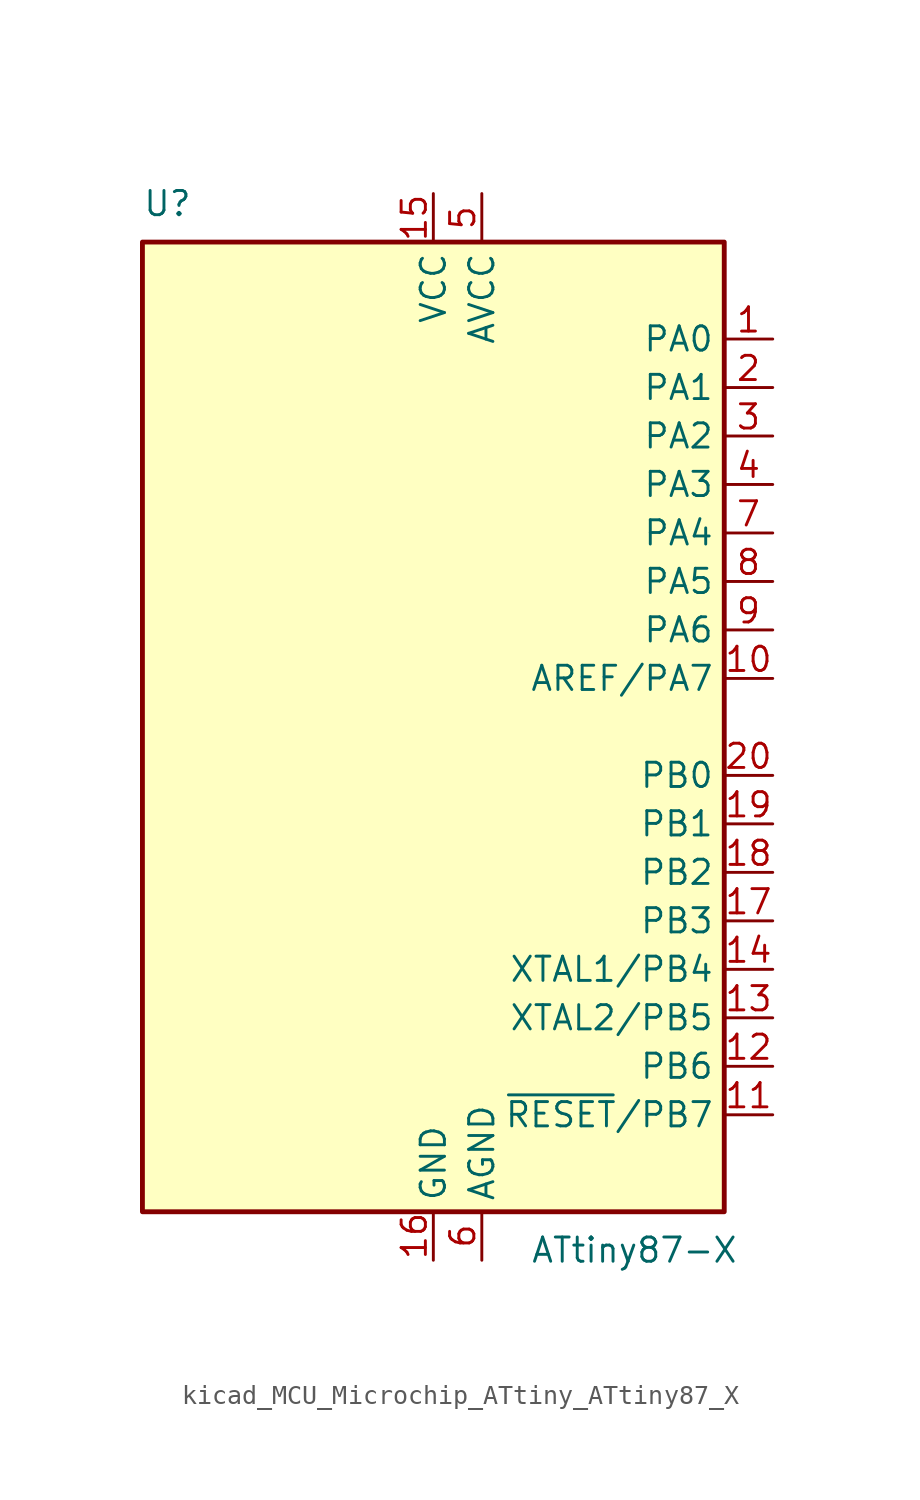
<source format=kicad_sym>
(kicad_symbol_lib
  (version 20220914)
  (generator kicad_symbol_editor)
  (symbol "kicad_MCU_Microchip_ATtiny_ATtiny87_X"
    (property "Reference" "U"
      (at -15.24 26.67 0)
      (effects (font (size 1.27 1.27)) (justify left bottom)))
    (property "Value" "ATtiny87-X"
      (at 5.08 -26.67 0)
      (effects (font (size 1.27 1.27)) (justify left top)))
    (symbol "kicad_MCU_Microchip_ATtiny_ATtiny87_X_0_1"
      (rectangle (start -15.24 -25.4) (end 15.24 25.4) (stroke (width 0.254) (type default)) (fill (type background))))
    (symbol "kicad_MCU_Microchip_ATtiny_ATtiny87_X_1_1"
      (pin bidirectional line (at 17.78 20.32 180) (length 2.54) (name "PA0" (effects (font (size 1.27 1.27)))) (number "1" (effects (font (size 1.27 1.27)))))
      (pin bidirectional line (at 17.78 2.54 180) (length 2.54) (name "AREF/PA7" (effects (font (size 1.27 1.27)))) (number "10" (effects (font (size 1.27 1.27)))))
      (pin bidirectional line (at 17.78 -20.32 180) (length 2.54) (name "~{RESET}/PB7" (effects (font (size 1.27 1.27)))) (number "11" (effects (font (size 1.27 1.27)))))
      (pin bidirectional line (at 17.78 -17.78 180) (length 2.54) (name "PB6" (effects (font (size 1.27 1.27)))) (number "12" (effects (font (size 1.27 1.27)))))
      (pin bidirectional line (at 17.78 -15.24 180) (length 2.54) (name "XTAL2/PB5" (effects (font (size 1.27 1.27)))) (number "13" (effects (font (size 1.27 1.27)))))
      (pin bidirectional line (at 17.78 -12.7 180) (length 2.54) (name "XTAL1/PB4" (effects (font (size 1.27 1.27)))) (number "14" (effects (font (size 1.27 1.27)))))
      (pin power_in line (at 0 27.94 270) (length 2.54) (name "VCC" (effects (font (size 1.27 1.27)))) (number "15" (effects (font (size 1.27 1.27)))))
      (pin power_in line (at 0 -27.94 90) (length 2.54) (name "GND" (effects (font (size 1.27 1.27)))) (number "16" (effects (font (size 1.27 1.27)))))
      (pin bidirectional line (at 17.78 -10.16 180) (length 2.54) (name "PB3" (effects (font (size 1.27 1.27)))) (number "17" (effects (font (size 1.27 1.27)))))
      (pin bidirectional line (at 17.78 -7.62 180) (length 2.54) (name "PB2" (effects (font (size 1.27 1.27)))) (number "18" (effects (font (size 1.27 1.27)))))
      (pin bidirectional line (at 17.78 -5.08 180) (length 2.54) (name "PB1" (effects (font (size 1.27 1.27)))) (number "19" (effects (font (size 1.27 1.27)))))
      (pin bidirectional line (at 17.78 17.78 180) (length 2.54) (name "PA1" (effects (font (size 1.27 1.27)))) (number "2" (effects (font (size 1.27 1.27)))))
      (pin bidirectional line (at 17.78 -2.54 180) (length 2.54) (name "PB0" (effects (font (size 1.27 1.27)))) (number "20" (effects (font (size 1.27 1.27)))))
      (pin bidirectional line (at 17.78 15.24 180) (length 2.54) (name "PA2" (effects (font (size 1.27 1.27)))) (number "3" (effects (font (size 1.27 1.27)))))
      (pin bidirectional line (at 17.78 12.7 180) (length 2.54) (name "PA3" (effects (font (size 1.27 1.27)))) (number "4" (effects (font (size 1.27 1.27)))))
      (pin power_in line (at 2.54 27.94 270) (length 2.54) (name "AVCC" (effects (font (size 1.27 1.27)))) (number "5" (effects (font (size 1.27 1.27)))))
      (pin power_in line (at 2.54 -27.94 90) (length 2.54) (name "AGND" (effects (font (size 1.27 1.27)))) (number "6" (effects (font (size 1.27 1.27)))))
      (pin bidirectional line (at 17.78 10.16 180) (length 2.54) (name "PA4" (effects (font (size 1.27 1.27)))) (number "7" (effects (font (size 1.27 1.27)))))
      (pin bidirectional line (at 17.78 7.62 180) (length 2.54) (name "PA5" (effects (font (size 1.27 1.27)))) (number "8" (effects (font (size 1.27 1.27)))))
      (pin bidirectional line (at 17.78 5.08 180) (length 2.54) (name "PA6" (effects (font (size 1.27 1.27)))) (number "9" (effects (font (size 1.27 1.27))))))))
</source>
